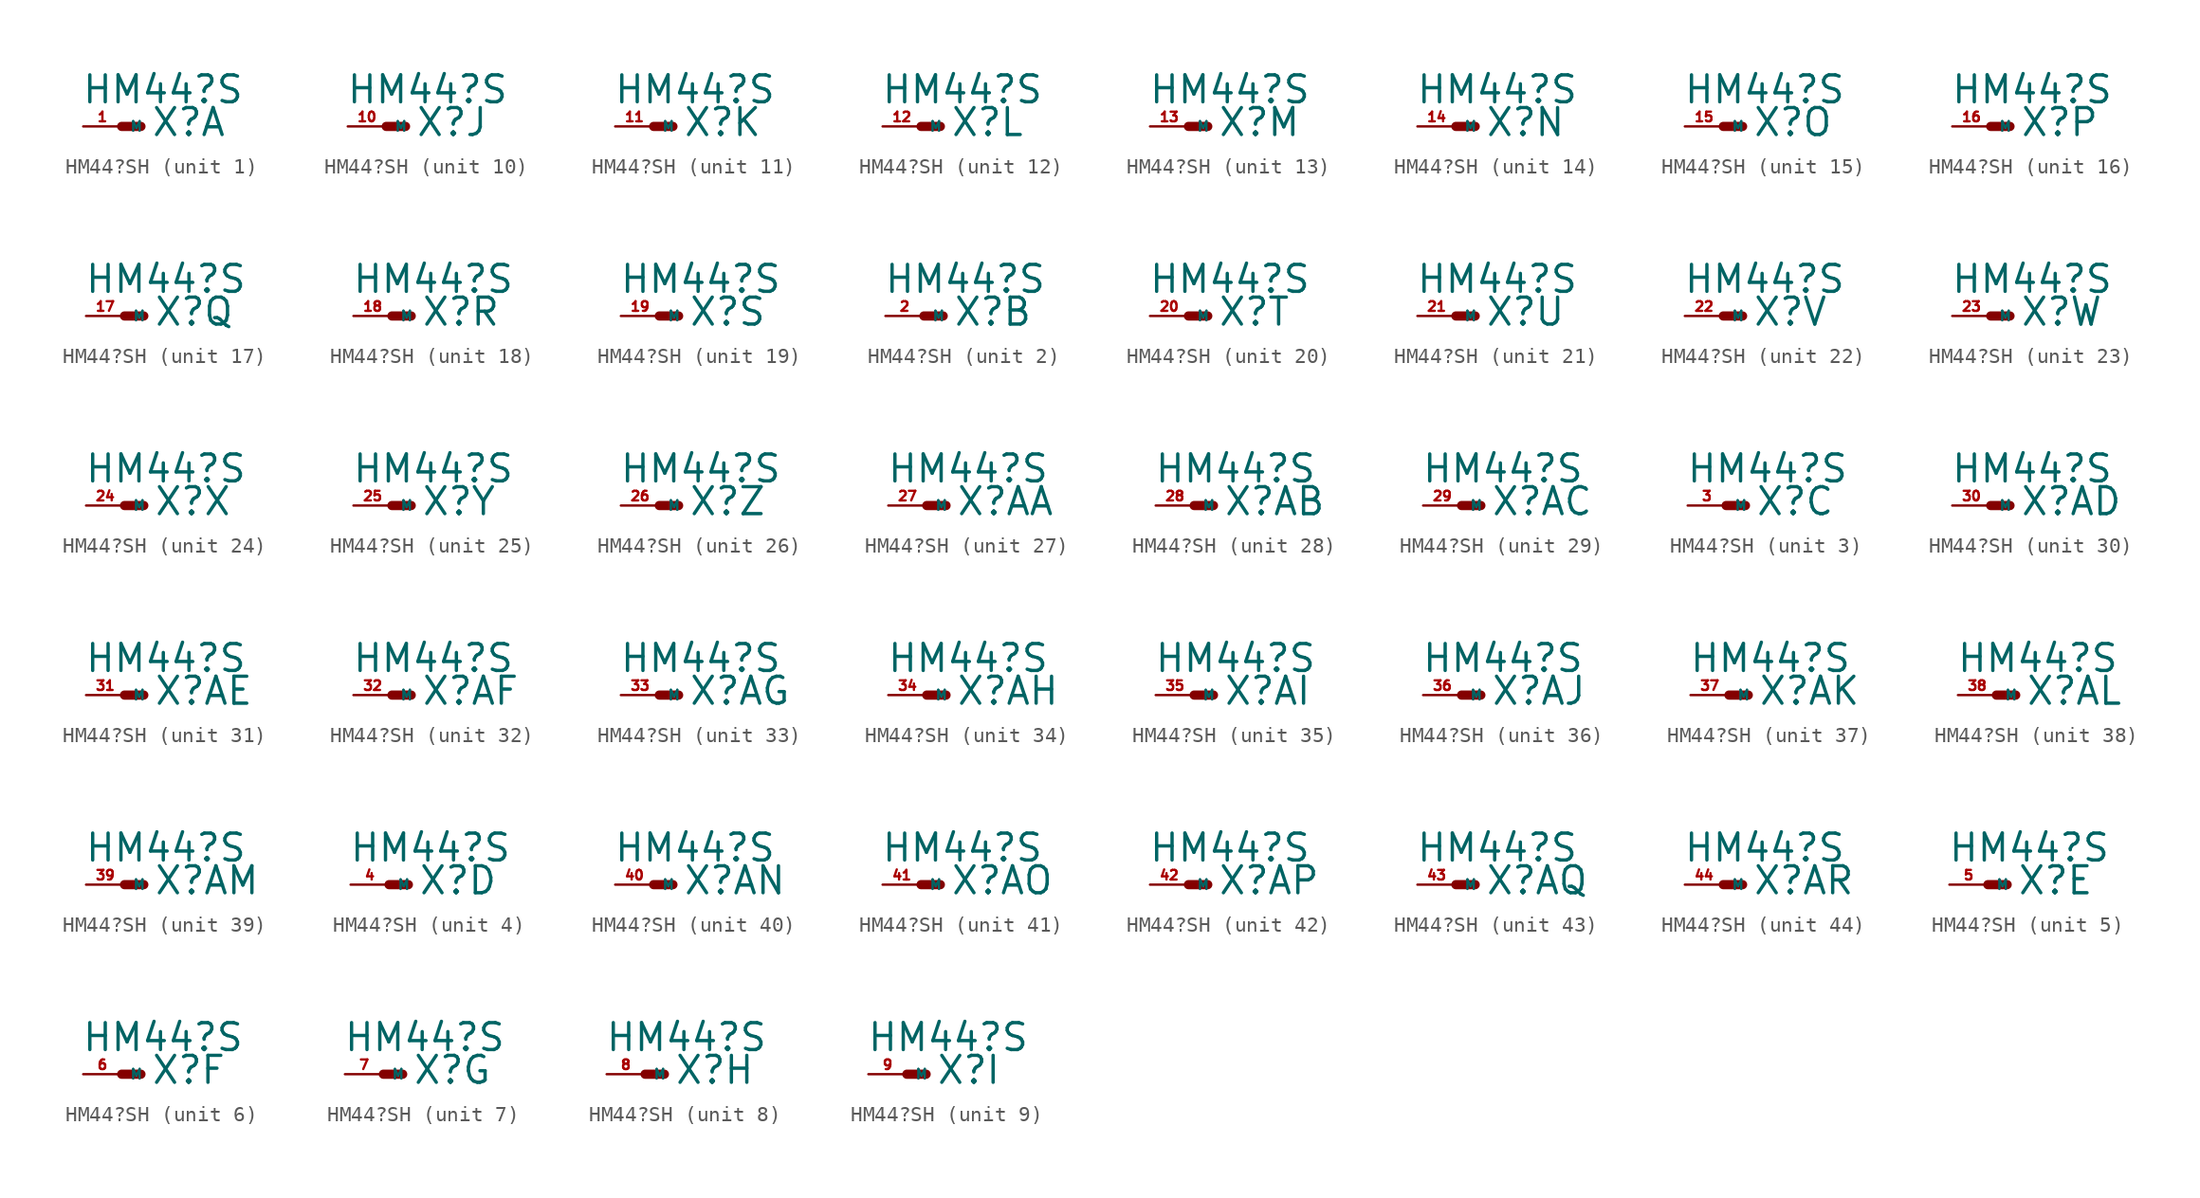
<source format=kicad_sym>
(kicad_symbol_lib
  (version 20220914)
  (generator Eagle2Kicad)
  (symbol "HM44?SH"
    (property "Reference" "X"
      (at 1.905 -0.762 0)
      (effects (font (size 1.778 1.778) (thickness 0.22)) (justify left bottom)))
    (property "Value" "HM44?S"
      (at -2.667 1.397 0)
      (effects (font (size 1.778 1.778) (thickness 0.22)) (justify left bottom)))
    (symbol "HM44?SH_1_0"
      (polyline (pts (xy 0 0) (xy 1.27 0)) (stroke (width 0.61) (type default)) (fill (type none)))
      (pin passive line (at -2.54 0 0) (length 2.54) (name "M" (effects (font (size 0.635 0.635) (thickness 0.08)) (justify left bottom))) (number "1" (effects (font (size 0.635 0.635) (thickness 0.08)) (justify left bottom)))))
    (symbol "HM44?SH_2_0"
      (polyline (pts (xy 0 0) (xy 1.27 0)) (stroke (width 0.61) (type default)) (fill (type none)))
      (pin passive line (at -2.54 0 0) (length 2.54) (name "M" (effects (font (size 0.635 0.635) (thickness 0.08)) (justify left bottom))) (number "2" (effects (font (size 0.635 0.635) (thickness 0.08)) (justify left bottom)))))
    (symbol "HM44?SH_3_0"
      (polyline (pts (xy 0 0) (xy 1.27 0)) (stroke (width 0.61) (type default)) (fill (type none)))
      (pin passive line (at -2.54 0 0) (length 2.54) (name "M" (effects (font (size 0.635 0.635) (thickness 0.08)) (justify left bottom))) (number "3" (effects (font (size 0.635 0.635) (thickness 0.08)) (justify left bottom)))))
    (symbol "HM44?SH_4_0"
      (polyline (pts (xy 0 0) (xy 1.27 0)) (stroke (width 0.61) (type default)) (fill (type none)))
      (pin passive line (at -2.54 0 0) (length 2.54) (name "M" (effects (font (size 0.635 0.635) (thickness 0.08)) (justify left bottom))) (number "4" (effects (font (size 0.635 0.635) (thickness 0.08)) (justify left bottom)))))
    (symbol "HM44?SH_5_0"
      (polyline (pts (xy 0 0) (xy 1.27 0)) (stroke (width 0.61) (type default)) (fill (type none)))
      (pin passive line (at -2.54 0 0) (length 2.54) (name "M" (effects (font (size 0.635 0.635) (thickness 0.08)) (justify left bottom))) (number "5" (effects (font (size 0.635 0.635) (thickness 0.08)) (justify left bottom)))))
    (symbol "HM44?SH_6_0"
      (polyline (pts (xy 0 0) (xy 1.27 0)) (stroke (width 0.61) (type default)) (fill (type none)))
      (pin passive line (at -2.54 0 0) (length 2.54) (name "M" (effects (font (size 0.635 0.635) (thickness 0.08)) (justify left bottom))) (number "6" (effects (font (size 0.635 0.635) (thickness 0.08)) (justify left bottom)))))
    (symbol "HM44?SH_7_0"
      (polyline (pts (xy 0 0) (xy 1.27 0)) (stroke (width 0.61) (type default)) (fill (type none)))
      (pin passive line (at -2.54 0 0) (length 2.54) (name "M" (effects (font (size 0.635 0.635) (thickness 0.08)) (justify left bottom))) (number "7" (effects (font (size 0.635 0.635) (thickness 0.08)) (justify left bottom)))))
    (symbol "HM44?SH_8_0"
      (polyline (pts (xy 0 0) (xy 1.27 0)) (stroke (width 0.61) (type default)) (fill (type none)))
      (pin passive line (at -2.54 0 0) (length 2.54) (name "M" (effects (font (size 0.635 0.635) (thickness 0.08)) (justify left bottom))) (number "8" (effects (font (size 0.635 0.635) (thickness 0.08)) (justify left bottom)))))
    (symbol "HM44?SH_9_0"
      (polyline (pts (xy 0 0) (xy 1.27 0)) (stroke (width 0.61) (type default)) (fill (type none)))
      (pin passive line (at -2.54 0 0) (length 2.54) (name "M" (effects (font (size 0.635 0.635) (thickness 0.08)) (justify left bottom))) (number "9" (effects (font (size 0.635 0.635) (thickness 0.08)) (justify left bottom)))))
    (symbol "HM44?SH_10_0"
      (polyline (pts (xy 0 0) (xy 1.27 0)) (stroke (width 0.61) (type default)) (fill (type none)))
      (pin passive line (at -2.54 0 0) (length 2.54) (name "M" (effects (font (size 0.635 0.635) (thickness 0.08)) (justify left bottom))) (number "10" (effects (font (size 0.635 0.635) (thickness 0.08)) (justify left bottom)))))
    (symbol "HM44?SH_11_0"
      (polyline (pts (xy 0 0) (xy 1.27 0)) (stroke (width 0.61) (type default)) (fill (type none)))
      (pin passive line (at -2.54 0 0) (length 2.54) (name "M" (effects (font (size 0.635 0.635) (thickness 0.08)) (justify left bottom))) (number "11" (effects (font (size 0.635 0.635) (thickness 0.08)) (justify left bottom)))))
    (symbol "HM44?SH_12_0"
      (polyline (pts (xy 0 0) (xy 1.27 0)) (stroke (width 0.61) (type default)) (fill (type none)))
      (pin passive line (at -2.54 0 0) (length 2.54) (name "M" (effects (font (size 0.635 0.635) (thickness 0.08)) (justify left bottom))) (number "12" (effects (font (size 0.635 0.635) (thickness 0.08)) (justify left bottom)))))
    (symbol "HM44?SH_13_0"
      (polyline (pts (xy 0 0) (xy 1.27 0)) (stroke (width 0.61) (type default)) (fill (type none)))
      (pin passive line (at -2.54 0 0) (length 2.54) (name "M" (effects (font (size 0.635 0.635) (thickness 0.08)) (justify left bottom))) (number "13" (effects (font (size 0.635 0.635) (thickness 0.08)) (justify left bottom)))))
    (symbol "HM44?SH_14_0"
      (polyline (pts (xy 0 0) (xy 1.27 0)) (stroke (width 0.61) (type default)) (fill (type none)))
      (pin passive line (at -2.54 0 0) (length 2.54) (name "M" (effects (font (size 0.635 0.635) (thickness 0.08)) (justify left bottom))) (number "14" (effects (font (size 0.635 0.635) (thickness 0.08)) (justify left bottom)))))
    (symbol "HM44?SH_15_0"
      (polyline (pts (xy 0 0) (xy 1.27 0)) (stroke (width 0.61) (type default)) (fill (type none)))
      (pin passive line (at -2.54 0 0) (length 2.54) (name "M" (effects (font (size 0.635 0.635) (thickness 0.08)) (justify left bottom))) (number "15" (effects (font (size 0.635 0.635) (thickness 0.08)) (justify left bottom)))))
    (symbol "HM44?SH_16_0"
      (polyline (pts (xy 0 0) (xy 1.27 0)) (stroke (width 0.61) (type default)) (fill (type none)))
      (pin passive line (at -2.54 0 0) (length 2.54) (name "M" (effects (font (size 0.635 0.635) (thickness 0.08)) (justify left bottom))) (number "16" (effects (font (size 0.635 0.635) (thickness 0.08)) (justify left bottom)))))
    (symbol "HM44?SH_17_0"
      (polyline (pts (xy 0 0) (xy 1.27 0)) (stroke (width 0.61) (type default)) (fill (type none)))
      (pin passive line (at -2.54 0 0) (length 2.54) (name "M" (effects (font (size 0.635 0.635) (thickness 0.08)) (justify left bottom))) (number "17" (effects (font (size 0.635 0.635) (thickness 0.08)) (justify left bottom)))))
    (symbol "HM44?SH_18_0"
      (polyline (pts (xy 0 0) (xy 1.27 0)) (stroke (width 0.61) (type default)) (fill (type none)))
      (pin passive line (at -2.54 0 0) (length 2.54) (name "M" (effects (font (size 0.635 0.635) (thickness 0.08)) (justify left bottom))) (number "18" (effects (font (size 0.635 0.635) (thickness 0.08)) (justify left bottom)))))
    (symbol "HM44?SH_19_0"
      (polyline (pts (xy 0 0) (xy 1.27 0)) (stroke (width 0.61) (type default)) (fill (type none)))
      (pin passive line (at -2.54 0 0) (length 2.54) (name "M" (effects (font (size 0.635 0.635) (thickness 0.08)) (justify left bottom))) (number "19" (effects (font (size 0.635 0.635) (thickness 0.08)) (justify left bottom)))))
    (symbol "HM44?SH_20_0"
      (polyline (pts (xy 0 0) (xy 1.27 0)) (stroke (width 0.61) (type default)) (fill (type none)))
      (pin passive line (at -2.54 0 0) (length 2.54) (name "M" (effects (font (size 0.635 0.635) (thickness 0.08)) (justify left bottom))) (number "20" (effects (font (size 0.635 0.635) (thickness 0.08)) (justify left bottom)))))
    (symbol "HM44?SH_21_0"
      (polyline (pts (xy 0 0) (xy 1.27 0)) (stroke (width 0.61) (type default)) (fill (type none)))
      (pin passive line (at -2.54 0 0) (length 2.54) (name "M" (effects (font (size 0.635 0.635) (thickness 0.08)) (justify left bottom))) (number "21" (effects (font (size 0.635 0.635) (thickness 0.08)) (justify left bottom)))))
    (symbol "HM44?SH_22_0"
      (polyline (pts (xy 0 0) (xy 1.27 0)) (stroke (width 0.61) (type default)) (fill (type none)))
      (pin passive line (at -2.54 0 0) (length 2.54) (name "M" (effects (font (size 0.635 0.635) (thickness 0.08)) (justify left bottom))) (number "22" (effects (font (size 0.635 0.635) (thickness 0.08)) (justify left bottom)))))
    (symbol "HM44?SH_23_0"
      (polyline (pts (xy 0 0) (xy 1.27 0)) (stroke (width 0.61) (type default)) (fill (type none)))
      (pin passive line (at -2.54 0 0) (length 2.54) (name "M" (effects (font (size 0.635 0.635) (thickness 0.08)) (justify left bottom))) (number "23" (effects (font (size 0.635 0.635) (thickness 0.08)) (justify left bottom)))))
    (symbol "HM44?SH_24_0"
      (polyline (pts (xy 0 0) (xy 1.27 0)) (stroke (width 0.61) (type default)) (fill (type none)))
      (pin passive line (at -2.54 0 0) (length 2.54) (name "M" (effects (font (size 0.635 0.635) (thickness 0.08)) (justify left bottom))) (number "24" (effects (font (size 0.635 0.635) (thickness 0.08)) (justify left bottom)))))
    (symbol "HM44?SH_25_0"
      (polyline (pts (xy 0 0) (xy 1.27 0)) (stroke (width 0.61) (type default)) (fill (type none)))
      (pin passive line (at -2.54 0 0) (length 2.54) (name "M" (effects (font (size 0.635 0.635) (thickness 0.08)) (justify left bottom))) (number "25" (effects (font (size 0.635 0.635) (thickness 0.08)) (justify left bottom)))))
    (symbol "HM44?SH_26_0"
      (polyline (pts (xy 0 0) (xy 1.27 0)) (stroke (width 0.61) (type default)) (fill (type none)))
      (pin passive line (at -2.54 0 0) (length 2.54) (name "M" (effects (font (size 0.635 0.635) (thickness 0.08)) (justify left bottom))) (number "26" (effects (font (size 0.635 0.635) (thickness 0.08)) (justify left bottom)))))
    (symbol "HM44?SH_27_0"
      (polyline (pts (xy 0 0) (xy 1.27 0)) (stroke (width 0.61) (type default)) (fill (type none)))
      (pin passive line (at -2.54 0 0) (length 2.54) (name "M" (effects (font (size 0.635 0.635) (thickness 0.08)) (justify left bottom))) (number "27" (effects (font (size 0.635 0.635) (thickness 0.08)) (justify left bottom)))))
    (symbol "HM44?SH_28_0"
      (polyline (pts (xy 0 0) (xy 1.27 0)) (stroke (width 0.61) (type default)) (fill (type none)))
      (pin passive line (at -2.54 0 0) (length 2.54) (name "M" (effects (font (size 0.635 0.635) (thickness 0.08)) (justify left bottom))) (number "28" (effects (font (size 0.635 0.635) (thickness 0.08)) (justify left bottom)))))
    (symbol "HM44?SH_29_0"
      (polyline (pts (xy 0 0) (xy 1.27 0)) (stroke (width 0.61) (type default)) (fill (type none)))
      (pin passive line (at -2.54 0 0) (length 2.54) (name "M" (effects (font (size 0.635 0.635) (thickness 0.08)) (justify left bottom))) (number "29" (effects (font (size 0.635 0.635) (thickness 0.08)) (justify left bottom)))))
    (symbol "HM44?SH_30_0"
      (polyline (pts (xy 0 0) (xy 1.27 0)) (stroke (width 0.61) (type default)) (fill (type none)))
      (pin passive line (at -2.54 0 0) (length 2.54) (name "M" (effects (font (size 0.635 0.635) (thickness 0.08)) (justify left bottom))) (number "30" (effects (font (size 0.635 0.635) (thickness 0.08)) (justify left bottom)))))
    (symbol "HM44?SH_31_0"
      (polyline (pts (xy 0 0) (xy 1.27 0)) (stroke (width 0.61) (type default)) (fill (type none)))
      (pin passive line (at -2.54 0 0) (length 2.54) (name "M" (effects (font (size 0.635 0.635) (thickness 0.08)) (justify left bottom))) (number "31" (effects (font (size 0.635 0.635) (thickness 0.08)) (justify left bottom)))))
    (symbol "HM44?SH_32_0"
      (polyline (pts (xy 0 0) (xy 1.27 0)) (stroke (width 0.61) (type default)) (fill (type none)))
      (pin passive line (at -2.54 0 0) (length 2.54) (name "M" (effects (font (size 0.635 0.635) (thickness 0.08)) (justify left bottom))) (number "32" (effects (font (size 0.635 0.635) (thickness 0.08)) (justify left bottom)))))
    (symbol "HM44?SH_33_0"
      (polyline (pts (xy 0 0) (xy 1.27 0)) (stroke (width 0.61) (type default)) (fill (type none)))
      (pin passive line (at -2.54 0 0) (length 2.54) (name "M" (effects (font (size 0.635 0.635) (thickness 0.08)) (justify left bottom))) (number "33" (effects (font (size 0.635 0.635) (thickness 0.08)) (justify left bottom)))))
    (symbol "HM44?SH_34_0"
      (polyline (pts (xy 0 0) (xy 1.27 0)) (stroke (width 0.61) (type default)) (fill (type none)))
      (pin passive line (at -2.54 0 0) (length 2.54) (name "M" (effects (font (size 0.635 0.635) (thickness 0.08)) (justify left bottom))) (number "34" (effects (font (size 0.635 0.635) (thickness 0.08)) (justify left bottom)))))
    (symbol "HM44?SH_35_0"
      (polyline (pts (xy 0 0) (xy 1.27 0)) (stroke (width 0.61) (type default)) (fill (type none)))
      (pin passive line (at -2.54 0 0) (length 2.54) (name "M" (effects (font (size 0.635 0.635) (thickness 0.08)) (justify left bottom))) (number "35" (effects (font (size 0.635 0.635) (thickness 0.08)) (justify left bottom)))))
    (symbol "HM44?SH_36_0"
      (polyline (pts (xy 0 0) (xy 1.27 0)) (stroke (width 0.61) (type default)) (fill (type none)))
      (pin passive line (at -2.54 0 0) (length 2.54) (name "M" (effects (font (size 0.635 0.635) (thickness 0.08)) (justify left bottom))) (number "36" (effects (font (size 0.635 0.635) (thickness 0.08)) (justify left bottom)))))
    (symbol "HM44?SH_37_0"
      (polyline (pts (xy 0 0) (xy 1.27 0)) (stroke (width 0.61) (type default)) (fill (type none)))
      (pin passive line (at -2.54 0 0) (length 2.54) (name "M" (effects (font (size 0.635 0.635) (thickness 0.08)) (justify left bottom))) (number "37" (effects (font (size 0.635 0.635) (thickness 0.08)) (justify left bottom)))))
    (symbol "HM44?SH_38_0"
      (polyline (pts (xy 0 0) (xy 1.27 0)) (stroke (width 0.61) (type default)) (fill (type none)))
      (pin passive line (at -2.54 0 0) (length 2.54) (name "M" (effects (font (size 0.635 0.635) (thickness 0.08)) (justify left bottom))) (number "38" (effects (font (size 0.635 0.635) (thickness 0.08)) (justify left bottom)))))
    (symbol "HM44?SH_39_0"
      (polyline (pts (xy 0 0) (xy 1.27 0)) (stroke (width 0.61) (type default)) (fill (type none)))
      (pin passive line (at -2.54 0 0) (length 2.54) (name "M" (effects (font (size 0.635 0.635) (thickness 0.08)) (justify left bottom))) (number "39" (effects (font (size 0.635 0.635) (thickness 0.08)) (justify left bottom)))))
    (symbol "HM44?SH_40_0"
      (polyline (pts (xy 0 0) (xy 1.27 0)) (stroke (width 0.61) (type default)) (fill (type none)))
      (pin passive line (at -2.54 0 0) (length 2.54) (name "M" (effects (font (size 0.635 0.635) (thickness 0.08)) (justify left bottom))) (number "40" (effects (font (size 0.635 0.635) (thickness 0.08)) (justify left bottom)))))
    (symbol "HM44?SH_41_0"
      (polyline (pts (xy 0 0) (xy 1.27 0)) (stroke (width 0.61) (type default)) (fill (type none)))
      (pin passive line (at -2.54 0 0) (length 2.54) (name "M" (effects (font (size 0.635 0.635) (thickness 0.08)) (justify left bottom))) (number "41" (effects (font (size 0.635 0.635) (thickness 0.08)) (justify left bottom)))))
    (symbol "HM44?SH_42_0"
      (polyline (pts (xy 0 0) (xy 1.27 0)) (stroke (width 0.61) (type default)) (fill (type none)))
      (pin passive line (at -2.54 0 0) (length 2.54) (name "M" (effects (font (size 0.635 0.635) (thickness 0.08)) (justify left bottom))) (number "42" (effects (font (size 0.635 0.635) (thickness 0.08)) (justify left bottom)))))
    (symbol "HM44?SH_43_0"
      (polyline (pts (xy 0 0) (xy 1.27 0)) (stroke (width 0.61) (type default)) (fill (type none)))
      (pin passive line (at -2.54 0 0) (length 2.54) (name "M" (effects (font (size 0.635 0.635) (thickness 0.08)) (justify left bottom))) (number "43" (effects (font (size 0.635 0.635) (thickness 0.08)) (justify left bottom)))))
    (symbol "HM44?SH_44_0"
      (polyline (pts (xy 0 0) (xy 1.27 0)) (stroke (width 0.61) (type default)) (fill (type none)))
      (pin passive line (at -2.54 0 0) (length 2.54) (name "M" (effects (font (size 0.635 0.635) (thickness 0.08)) (justify left bottom))) (number "44" (effects (font (size 0.635 0.635) (thickness 0.08)) (justify left bottom)))))))
</source>
